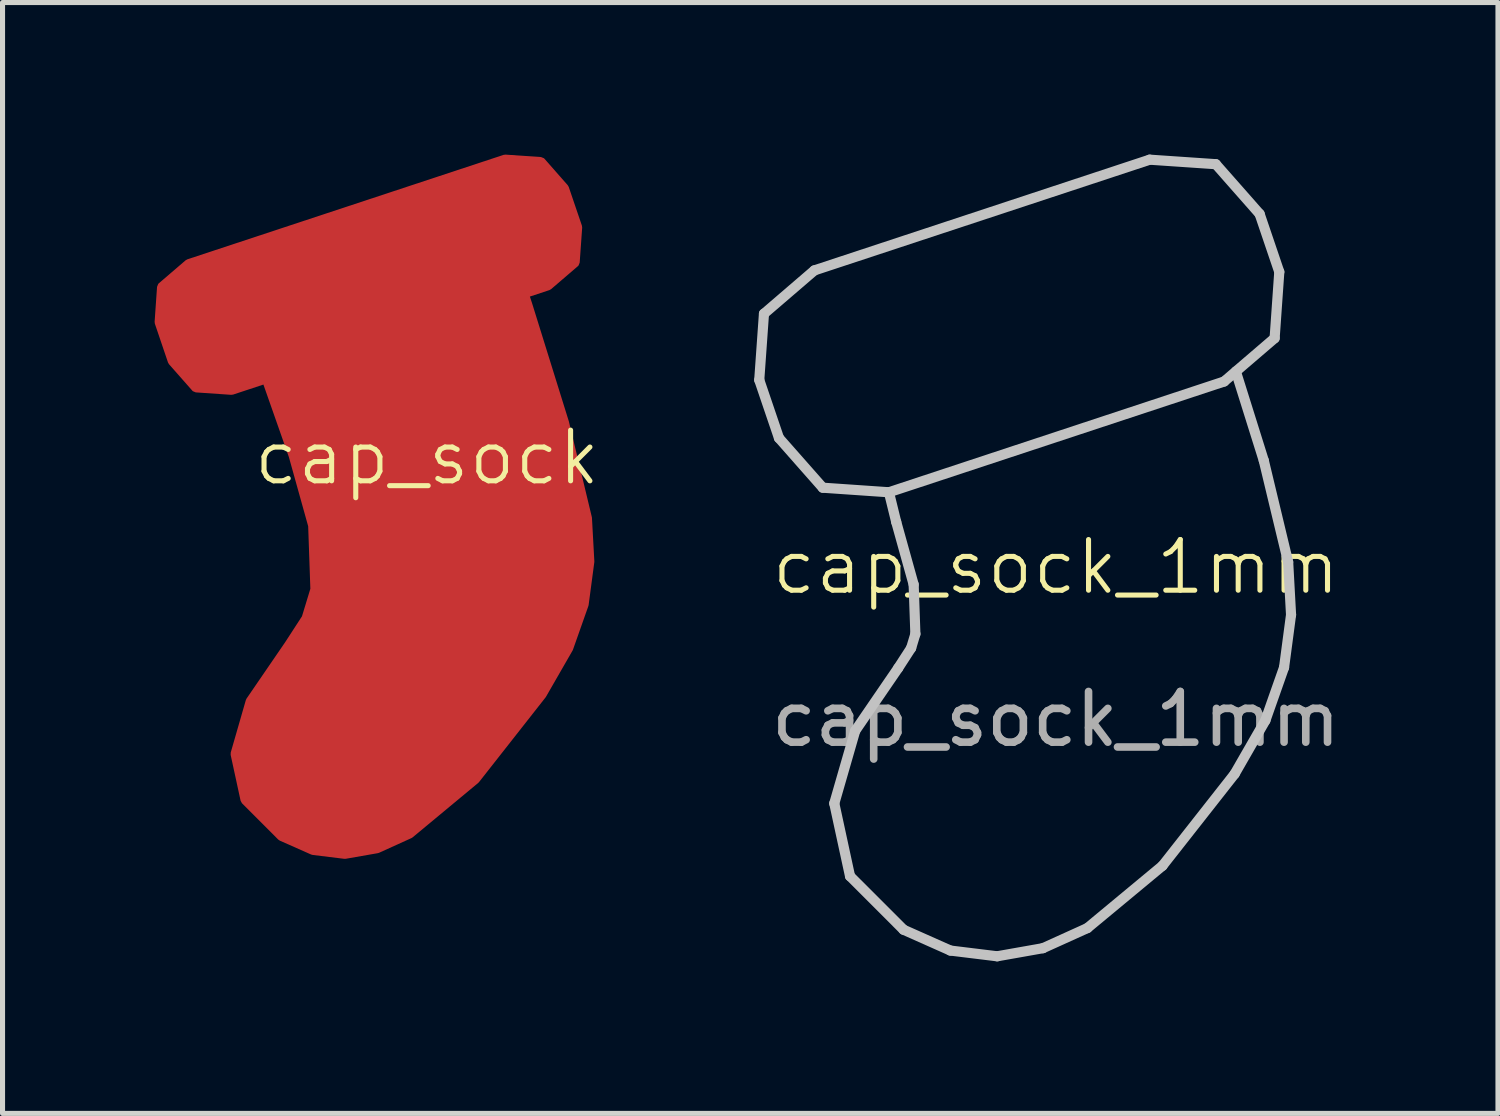
<source format=kicad_pcb>
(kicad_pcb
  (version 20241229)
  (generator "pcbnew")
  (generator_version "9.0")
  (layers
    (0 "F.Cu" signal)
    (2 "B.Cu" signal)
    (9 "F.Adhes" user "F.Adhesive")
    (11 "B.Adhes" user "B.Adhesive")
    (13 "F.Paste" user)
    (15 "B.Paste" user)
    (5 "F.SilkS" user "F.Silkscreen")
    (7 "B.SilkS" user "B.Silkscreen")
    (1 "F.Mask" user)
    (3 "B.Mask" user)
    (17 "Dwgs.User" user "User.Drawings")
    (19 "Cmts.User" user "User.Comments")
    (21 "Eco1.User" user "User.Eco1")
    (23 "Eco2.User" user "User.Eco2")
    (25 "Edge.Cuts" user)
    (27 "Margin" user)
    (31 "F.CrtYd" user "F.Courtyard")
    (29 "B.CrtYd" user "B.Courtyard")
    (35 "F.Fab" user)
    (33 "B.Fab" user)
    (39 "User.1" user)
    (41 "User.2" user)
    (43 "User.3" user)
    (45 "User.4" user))
  (footprint "cap_sock"
    (layer "F.Cu")
    (at 5.373 6.478)
    (property "Reference" "cap_sock" (at 0 -0.5 0) (unlocked yes) (layer "F.SilkS") (effects (font (size 1 1) (thickness 0.1))))
    (attr smd)
    (pad "1" smd custom (at 0 3.6) (size 2.286 2.286) (layers "F.Cu" "F.Paste") (options (anchor circle)) (primitives (gr_poly (pts (xy -0.986 3.604) (xy -1.619 3.715) (xy -2.245 3.638) (xy -2.863 3.364) (xy -3.579 2.647) (xy -3.775 1.744) (xy -3.477 0.71) (xy -2.714 -0.404) (xy -2.374 -0.928) (xy -2.2 -1.5) (xy -2.244 -2.762) (xy -2.629 -4.142) (xy -3.139 -5.594) (xy -3.163 -5.668) (xy -3.855 -5.439) (xy -4.554 -5.487) (xy -5.014 -6.009) (xy -5.273 -6.773) (xy -5.225 -7.463) (xy -4.696 -7.917) (xy 1.543 -9.978) (xy 2.243 -9.93) (xy 2.702 -9.408) (xy 2.962 -8.644) (xy 2.913 -7.954) (xy 2.384 -7.5) (xy 1.904 -7.341) (xy 1.979 -7.113) (xy 2.703 -4.787) (xy 3.155 -2.905) (xy 3.202 -2.05) (xy 3.09 -1.207) (xy 2.786 -0.345) (xy 2.261 0.568) (xy 0.948 2.239) (xy -0.347 3.314)) (width 0.2) (fill yes)))))
  (footprint "cap_sock_1mm"
    (layer "F.Cu")
    (at 17.781 8.636)
    (property "Reference" "cap_sock_1mm" (at 0 -0.5 0) (unlocked yes) (layer "F.SilkS") (effects (font (size 1 1) (thickness 0.1))))
    (attr smd)
    (fp_line (start -5.853 -4.19) (end -5.76 -5.497) (stroke (width 0.2) (type solid)) (layer "Dwgs.User"))
    (fp_line (start -5.76 -5.497) (end -4.765 -6.352) (stroke (width 0.2) (type solid)) (layer "Dwgs.User"))
    (fp_line (start -5.464 -3.045) (end -5.853 -4.19) (stroke (width 0.2) (type solid)) (layer "Dwgs.User"))
    (fp_line (start -4.765 -6.352) (end 1.849 -8.536) (stroke (width 0.2) (type solid)) (layer "Dwgs.User"))
    (fp_line (start -4.6 -2.065) (end -5.464 -3.045) (stroke (width 0.2) (type solid)) (layer "Dwgs.User"))
    (fp_line (start -4.373 4.163) (end -4.062 5.599) (stroke (width 0.2) (type solid)) (layer "Dwgs.User"))
    (fp_line (start -4.062 5.599) (end -3.006 6.655) (stroke (width 0.2) (type solid)) (layer "Dwgs.User"))
    (fp_line (start -3.96 2.731) (end -4.373 4.163) (stroke (width 0.2) (type solid)) (layer "Dwgs.User"))
    (fp_line (start -3.295 -1.975) (end -4.6 -2.065) (stroke (width 0.2) (type solid)) (layer "Dwgs.User"))
    (fp_line (start -3.151 -1.389) (end -3.295 -1.975) (stroke (width 0.2) (type solid)) (layer "Dwgs.User"))
    (fp_line (start -3.151 -1.389) (end -2.807 -0.155) (stroke (width 0.2) (type solid)) (layer "Dwgs.User"))
    (fp_line (start -3.113 1.494) (end -3.96 2.731) (stroke (width 0.2) (type solid)) (layer "Dwgs.User"))
    (fp_line (start -3.006 6.655) (end -2.082 7.066) (stroke (width 0.2) (type solid)) (layer "Dwgs.User"))
    (fp_line (start -2.857 1.099) (end -3.113 1.494) (stroke (width 0.2) (type solid)) (layer "Dwgs.User"))
    (fp_line (start -2.807 -0.155) (end -2.773 0.821) (stroke (width 0.2) (type solid)) (layer "Dwgs.User"))
    (fp_line (start -2.773 0.821) (end -2.857 1.099) (stroke (width 0.2) (type solid)) (layer "Dwgs.User"))
    (fp_line (start -2.082 7.066) (end -1.16 7.179) (stroke (width 0.2) (type solid)) (layer "Dwgs.User"))
    (fp_line (start -1.16 7.179) (end -0.256 7.019) (stroke (width 0.2) (type solid)) (layer "Dwgs.User"))
    (fp_line (start -0.256 7.019) (end 0.621 6.622) (stroke (width 0.2) (type solid)) (layer "Dwgs.User"))
    (fp_line (start 0.621 6.622) (end 2.102 5.393) (stroke (width 0.2) (type solid)) (layer "Dwgs.User"))
    (fp_line (start 1.849 -8.536) (end 3.154 -8.447) (stroke (width 0.2) (type solid)) (layer "Dwgs.User"))
    (fp_line (start 2.102 5.393) (end 3.525 3.582) (stroke (width 0.2) (type solid)) (layer "Dwgs.User"))
    (fp_line (start 3.154 -8.447) (end 4.018 -7.466) (stroke (width 0.2) (type solid)) (layer "Dwgs.User"))
    (fp_line (start 3.318 -4.16) (end -3.295 -1.975) (stroke (width 0.2) (type solid)) (layer "Dwgs.User"))
    (fp_line (start 3.525 3.582) (end 4.132 2.526) (stroke (width 0.2) (type solid)) (layer "Dwgs.User"))
    (fp_line (start 4.018 -7.466) (end 4.406 -6.322) (stroke (width 0.2) (type solid)) (layer "Dwgs.User"))
    (fp_line (start 4.1 -2.6) (end 3.549 -4.358) (stroke (width 0.2) (type solid)) (layer "Dwgs.User"))
    (fp_line (start 4.132 2.526) (end 4.5 1.481) (stroke (width 0.2) (type solid)) (layer "Dwgs.User"))
    (fp_line (start 4.314 -5.014) (end 3.318 -4.16) (stroke (width 0.2) (type solid)) (layer "Dwgs.User"))
    (fp_line (start 4.406 -6.322) (end 4.314 -5.014) (stroke (width 0.2) (type solid)) (layer "Dwgs.User"))
    (fp_line (start 4.5 1.481) (end 4.638 0.442) (stroke (width 0.2) (type solid)) (layer "Dwgs.User"))
    (fp_line (start 4.581 -0.598) (end 4.1 -2.6) (stroke (width 0.2) (type solid)) (layer "Dwgs.User"))
    (fp_line (start 4.638 0.442) (end 4.581 -0.598) (stroke (width 0.2) (type solid)) (layer "Dwgs.User"))
    (fp_text user "${REFERENCE}" (at 0 2.5 0) (unlocked yes) (layer "F.Fab") (effects (font (size 1 1) (thickness 0.15)))))
  (gr_rect
    (start -3 -3)
    (end 26.501 18.915)
    (stroke (width 0.1) (type default))
    (fill no)
    (layer "Edge.Cuts")))
</source>
